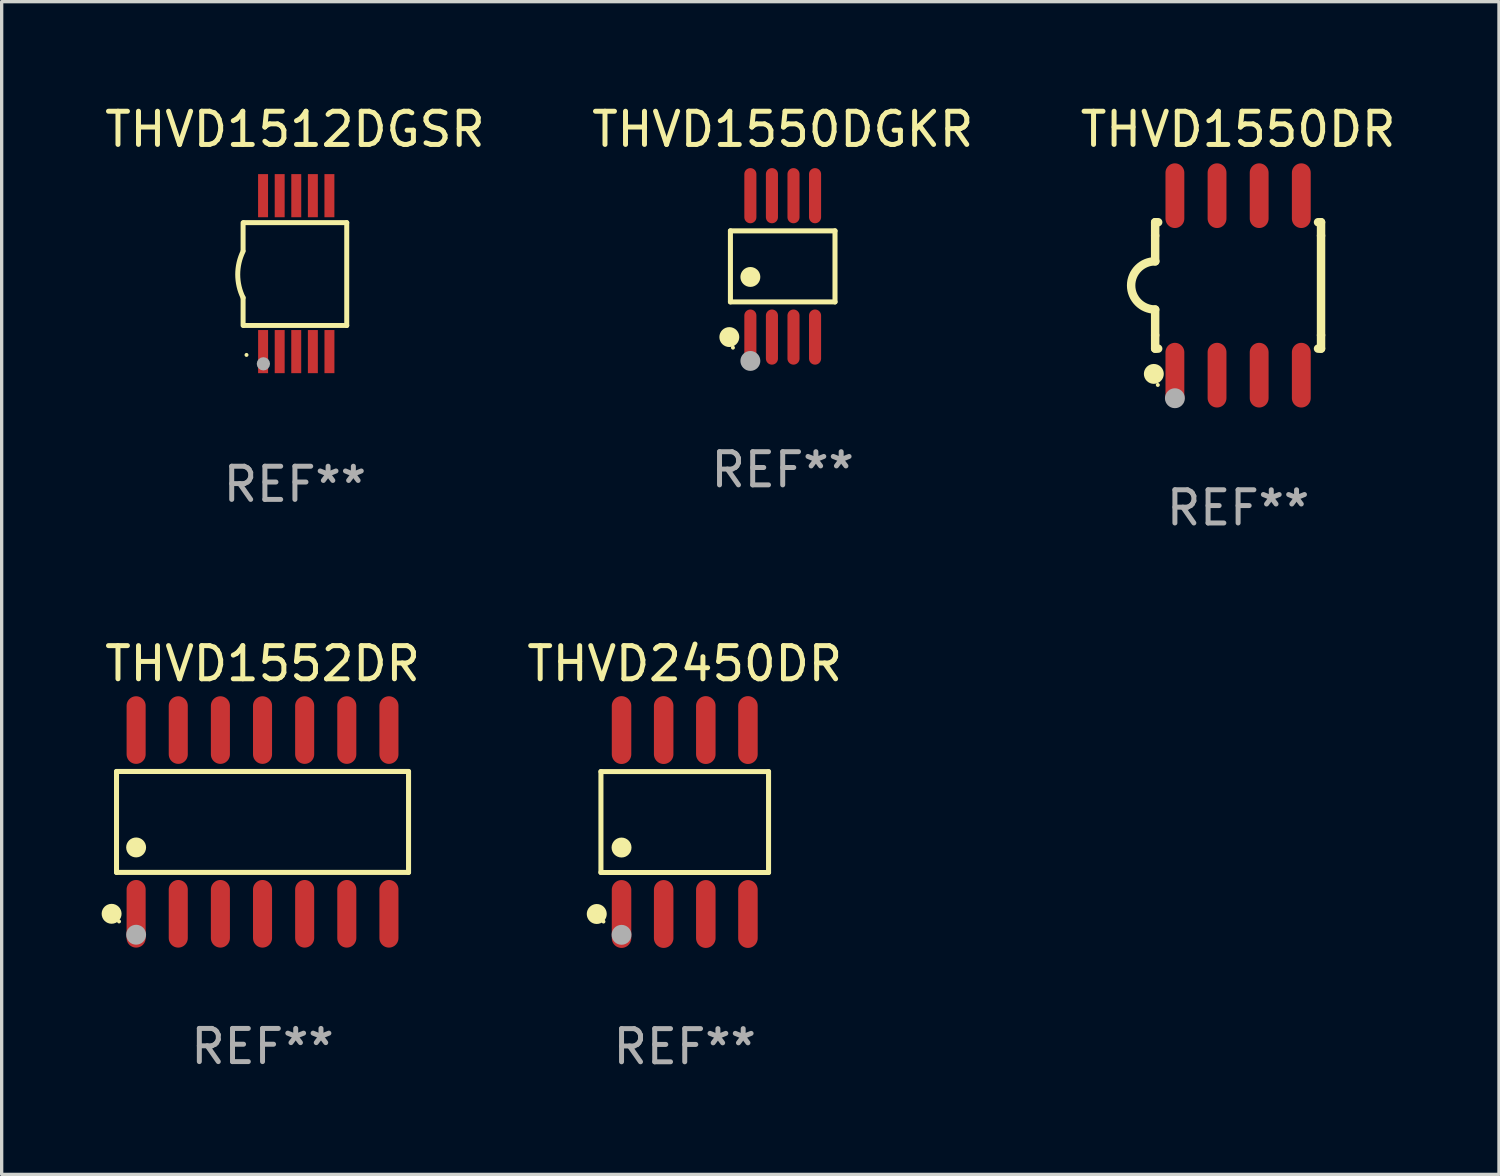
<source format=kicad_pcb>
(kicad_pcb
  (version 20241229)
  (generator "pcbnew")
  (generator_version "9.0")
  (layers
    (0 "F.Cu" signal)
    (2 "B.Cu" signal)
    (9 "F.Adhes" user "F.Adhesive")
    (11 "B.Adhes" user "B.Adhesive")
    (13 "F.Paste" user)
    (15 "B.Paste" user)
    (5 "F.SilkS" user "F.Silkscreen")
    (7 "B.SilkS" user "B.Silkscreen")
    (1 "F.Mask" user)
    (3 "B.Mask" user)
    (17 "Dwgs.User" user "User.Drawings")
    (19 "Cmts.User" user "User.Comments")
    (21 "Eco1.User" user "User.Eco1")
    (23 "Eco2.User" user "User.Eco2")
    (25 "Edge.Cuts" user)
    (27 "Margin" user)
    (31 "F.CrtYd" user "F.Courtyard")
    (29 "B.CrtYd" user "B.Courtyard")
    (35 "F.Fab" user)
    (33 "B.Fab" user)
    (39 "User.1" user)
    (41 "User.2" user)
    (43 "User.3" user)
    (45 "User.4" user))
  (footprint "THVD1512DGSR"
    (layer "F.Cu")
    (at 5.839 5.198)
    (property "Reference" "THVD1512DGSR" (at 0 -4.35 0) (layer "F.SilkS") (effects (font (size 1 1) (thickness 0.15))))
    (attr through_hole)
    (fp_line (start -1.562 -1.537) (end -1.562 -0.698) (stroke (width 0.15) (type solid)) (layer "F.SilkS"))
    (fp_line (start -1.562 0.724) (end -1.562 1.562) (stroke (width 0.15) (type solid)) (layer "F.SilkS"))
    (fp_line (start -1.538 -1.537) (end 1.562 -1.537) (stroke (width 0.15) (type solid)) (layer "F.SilkS"))
    (fp_line (start -1.538 1.562) (end 1.562 1.562) (stroke (width 0.15) (type solid)) (layer "F.SilkS"))
    (fp_line (start 1.562 1.564) (end 1.562 -1.537) (stroke (width 0.15) (type solid)) (layer "F.SilkS"))
    (fp_arc (start -1.562103 0.724079) (mid -1.723579 0.025578) (end -1.562103 -0.672924) (stroke (width 0.150013) (type solid)) (layer "F.SilkS"))
    (fp_circle (center -1.459 2.45) (end -1.429 2.45) (stroke (width 0.06) (type solid)) (fill no) (layer "F.SilkS"))
    (fp_circle (center -0.95 2.718) (end -0.85 2.718) (stroke (width 0.2) (type solid)) (fill no) (layer "F.Fab"))
    (fp_text user "REF**" (at 0 6.35 0) (layer "F.Fab") (effects (font (size 1 1) (thickness 0.15))))
    (pad "1" smd rect (at -0.959 2.35) (size 0.3 1.3) (layers "F.Cu" "F.Mask" "F.Paste"))
    (pad "2" smd rect (at -0.459 2.35) (size 0.3 1.3) (layers "F.Cu" "F.Mask" "F.Paste"))
    (pad "3" smd rect (at 0.04 2.35) (size 0.3 1.3) (layers "F.Cu" "F.Mask" "F.Paste"))
    (pad "4" smd rect (at 0.541 2.35) (size 0.3 1.3) (layers "F.Cu" "F.Mask" "F.Paste"))
    (pad "5" smd rect (at 1.041 2.35) (size 0.3 1.3) (layers "F.Cu" "F.Mask" "F.Paste"))
    (pad "6" smd rect (at 1.04 -2.35) (size 0.3 1.3) (layers "F.Cu" "F.Mask" "F.Paste"))
    (pad "7" smd rect (at 0.541 -2.35) (size 0.3 1.3) (layers "F.Cu" "F.Mask" "F.Paste"))
    (pad "8" smd rect (at 0.041 -2.35) (size 0.3 1.3) (layers "F.Cu" "F.Mask" "F.Paste"))
    (pad "9" smd rect (at -0.459 -2.35) (size 0.3 1.3) (layers "F.Cu" "F.Mask" "F.Paste"))
    (pad "10" smd rect (at -0.96 -2.35) (size 0.3 1.3) (layers "F.Cu" "F.Mask" "F.Paste")))
  (footprint "THVD2450DR"
    (layer "F.Cu")
    (at 17.589 21.727)
    (property "Reference" "THVD2450DR" (at 0 -4.772 0) (layer "F.SilkS") (effects (font (size 1 1) (thickness 0.15))))
    (attr through_hole)
    (fp_line (start -2.526 -1.521) (end 2.526 -1.521) (stroke (width 0.152) (type solid)) (layer "F.SilkS"))
    (fp_line (start -2.526 1.521) (end -2.526 -1.521) (stroke (width 0.152) (type solid)) (layer "F.SilkS"))
    (fp_line (start 2.526 -1.521) (end 2.526 1.521) (stroke (width 0.152) (type solid)) (layer "F.SilkS"))
    (fp_line (start 2.526 1.521) (end -2.526 1.521) (stroke (width 0.152) (type solid)) (layer "F.SilkS"))
    (fp_circle (center -2.652 2.772) (end -2.501 2.772) (stroke (width 0.3) (type solid)) (fill no) (layer "F.SilkS"))
    (fp_circle (center -2.45 3) (end -2.42 3) (stroke (width 0.06) (type solid)) (fill no) (layer "F.SilkS"))
    (fp_circle (center -1.905 0.769) (end -1.755 0.769) (stroke (width 0.3) (type solid)) (fill no) (layer "F.SilkS"))
    (fp_circle (center -1.905 3.4) (end -1.755 3.4) (stroke (width 0.3) (type solid)) (fill no) (layer "F.Fab"))
    (fp_text user "REF**" (at 0 6.772 0) (layer "F.Fab") (effects (font (size 1 1) (thickness 0.15))))
    (pad "1" smd oval (at -1.905 2.772) (size 0.588 2.045) (layers "F.Cu" "F.Mask" "F.Paste"))
    (pad "2" smd oval (at -0.635 2.772) (size 0.588 2.045) (layers "F.Cu" "F.Mask" "F.Paste"))
    (pad "3" smd oval (at 0.635 2.772) (size 0.588 2.045) (layers "F.Cu" "F.Mask" "F.Paste"))
    (pad "4" smd oval (at 1.905 2.772) (size 0.588 2.045) (layers "F.Cu" "F.Mask" "F.Paste"))
    (pad "5" smd oval (at 1.905 -2.772) (size 0.588 2.045) (layers "F.Cu" "F.Mask" "F.Paste"))
    (pad "6" smd oval (at 0.635 -2.772) (size 0.588 2.045) (layers "F.Cu" "F.Mask" "F.Paste"))
    (pad "7" smd oval (at -0.635 -2.772) (size 0.588 2.045) (layers "F.Cu" "F.Mask" "F.Paste"))
    (pad "8" smd oval (at -1.905 -2.772) (size 0.588 2.045) (layers "F.Cu" "F.Mask" "F.Paste")))
  (footprint "THVD1550DGKR"
    (layer "F.Cu")
    (at 20.542 4.979)
    (property "Reference" "THVD1550DGKR" (at 0 -4.131 0) (layer "F.SilkS") (effects (font (size 1 1) (thickness 0.15))))
    (attr through_hole)
    (fp_line (start -1.576 -1.071) (end 1.576 -1.071) (stroke (width 0.152) (type solid)) (layer "F.SilkS"))
    (fp_line (start -1.576 1.071) (end -1.576 -1.071) (stroke (width 0.152) (type solid)) (layer "F.SilkS"))
    (fp_line (start 1.576 -1.071) (end 1.576 1.071) (stroke (width 0.152) (type solid)) (layer "F.SilkS"))
    (fp_line (start 1.576 1.071) (end -1.576 1.071) (stroke (width 0.152) (type solid)) (layer "F.SilkS"))
    (fp_circle (center -1.609 2.131) (end -1.459 2.131) (stroke (width 0.3) (type solid)) (fill no) (layer "F.SilkS"))
    (fp_circle (center -1.5 2.45) (end -1.47 2.45) (stroke (width 0.06) (type solid)) (fill no) (layer "F.SilkS"))
    (fp_circle (center -0.975 0.319) (end -0.825 0.319) (stroke (width 0.3) (type solid)) (fill no) (layer "F.SilkS"))
    (fp_circle (center -0.975 2.85) (end -0.825 2.85) (stroke (width 0.3) (type solid)) (fill no) (layer "F.Fab"))
    (fp_text user "REF**" (at 0 6.131 0) (layer "F.Fab") (effects (font (size 1 1) (thickness 0.15))))
    (pad "1" smd oval (at -0.975 2.131) (size 0.364 1.662) (layers "F.Cu" "F.Mask" "F.Paste"))
    (pad "2" smd oval (at -0.325 2.131) (size 0.364 1.662) (layers "F.Cu" "F.Mask" "F.Paste"))
    (pad "3" smd oval (at 0.325 2.131) (size 0.364 1.662) (layers "F.Cu" "F.Mask" "F.Paste"))
    (pad "4" smd oval (at 0.975 2.131) (size 0.364 1.662) (layers "F.Cu" "F.Mask" "F.Paste"))
    (pad "5" smd oval (at 0.975 -2.131) (size 0.364 1.662) (layers "F.Cu" "F.Mask" "F.Paste"))
    (pad "6" smd oval (at 0.325 -2.131) (size 0.364 1.662) (layers "F.Cu" "F.Mask" "F.Paste"))
    (pad "7" smd oval (at -0.325 -2.131) (size 0.364 1.662) (layers "F.Cu" "F.Mask" "F.Paste"))
    (pad "8" smd oval (at -0.975 -2.131) (size 0.364 1.662) (layers "F.Cu" "F.Mask" "F.Paste")))
  (footprint "THVD1552DR"
    (layer "F.Cu")
    (at 4.863 21.724)
    (property "Reference" "THVD1552DR" (at 0 -4.769 0) (layer "F.SilkS") (effects (font (size 1 1) (thickness 0.15))))
    (attr through_hole)
    (fp_line (start -4.401 -1.521) (end 4.401 -1.521) (stroke (width 0.152) (type solid)) (layer "F.SilkS"))
    (fp_line (start -4.401 1.521) (end -4.401 -1.521) (stroke (width 0.152) (type solid)) (layer "F.SilkS"))
    (fp_line (start 4.401 -1.521) (end 4.401 1.521) (stroke (width 0.152) (type solid)) (layer "F.SilkS"))
    (fp_line (start 4.401 1.521) (end -4.401 1.521) (stroke (width 0.152) (type solid)) (layer "F.SilkS"))
    (fp_circle (center -4.549 2.769) (end -4.399 2.769) (stroke (width 0.3) (type solid)) (fill no) (layer "F.SilkS"))
    (fp_circle (center -4.325 3) (end -4.295 3) (stroke (width 0.06) (type solid)) (fill no) (layer "F.SilkS"))
    (fp_circle (center -3.81 0.769) (end -3.66 0.769) (stroke (width 0.3) (type solid)) (fill no) (layer "F.SilkS"))
    (fp_circle (center -3.81 3.4) (end -3.66 3.4) (stroke (width 0.3) (type solid)) (fill no) (layer "F.Fab"))
    (fp_text user "REF**" (at 0 6.769 0) (layer "F.Fab") (effects (font (size 1 1) (thickness 0.15))))
    (pad "1" smd oval (at -3.81 2.769) (size 0.574 2.038) (layers "F.Cu" "F.Mask" "F.Paste"))
    (pad "2" smd oval (at -2.54 2.769) (size 0.574 2.038) (layers "F.Cu" "F.Mask" "F.Paste"))
    (pad "3" smd oval (at -1.27 2.769) (size 0.574 2.038) (layers "F.Cu" "F.Mask" "F.Paste"))
    (pad "4" smd oval (at 0 2.769) (size 0.574 2.038) (layers "F.Cu" "F.Mask" "F.Paste"))
    (pad "5" smd oval (at 1.27 2.769) (size 0.574 2.038) (layers "F.Cu" "F.Mask" "F.Paste"))
    (pad "6" smd oval (at 2.54 2.769) (size 0.574 2.038) (layers "F.Cu" "F.Mask" "F.Paste"))
    (pad "7" smd oval (at 3.81 2.769) (size 0.574 2.038) (layers "F.Cu" "F.Mask" "F.Paste"))
    (pad "8" smd oval (at 3.81 -2.769) (size 0.574 2.038) (layers "F.Cu" "F.Mask" "F.Paste"))
    (pad "9" smd oval (at 2.54 -2.769) (size 0.574 2.038) (layers "F.Cu" "F.Mask" "F.Paste"))
    (pad "10" smd oval (at 1.27 -2.769) (size 0.574 2.038) (layers "F.Cu" "F.Mask" "F.Paste"))
    (pad "11" smd oval (at 0 -2.769) (size 0.574 2.038) (layers "F.Cu" "F.Mask" "F.Paste"))
    (pad "12" smd oval (at -1.27 -2.769) (size 0.574 2.038) (layers "F.Cu" "F.Mask" "F.Paste"))
    (pad "13" smd oval (at -2.54 -2.769) (size 0.574 2.038) (layers "F.Cu" "F.Mask" "F.Paste"))
    (pad "14" smd oval (at -3.81 -2.769) (size 0.574 2.038) (layers "F.Cu" "F.Mask" "F.Paste")))
  (footprint "THVD1550DR"
    (layer "F.Cu")
    (at 34.268 5.553)
    (property "Reference" "THVD1550DR" (at 0 -4.705 0) (layer "F.SilkS") (effects (font (size 1 1) (thickness 0.15))))
    (attr through_hole)
    (fp_line (start -2.5 -1.905) (end -2.409 -1.905) (stroke (width 0.254) (type solid)) (layer "F.SilkS"))
    (fp_line (start -2.5 -1.5) (end -2.5 -1.905) (stroke (width 0.254) (type solid)) (layer "F.SilkS"))
    (fp_line (start -2.5 -1.5) (end -2.5 -0.726) (stroke (width 0.254) (type solid)) (layer "F.SilkS"))
    (fp_line (start -2.5 1.5) (end -2.5 0.727) (stroke (width 0.254) (type solid)) (layer "F.SilkS"))
    (fp_line (start -2.5 1.5) (end -2.5 1.905) (stroke (width 0.254) (type solid)) (layer "F.SilkS"))
    (fp_line (start -2.5 1.905) (end -2.409 1.905) (stroke (width 0.254) (type solid)) (layer "F.SilkS"))
    (fp_line (start 2.5 -1.905) (end 2.409 -1.905) (stroke (width 0.254) (type solid)) (layer "F.SilkS"))
    (fp_line (start 2.5 -1.5) (end 2.5 -1.905) (stroke (width 0.254) (type solid)) (layer "F.SilkS"))
    (fp_line (start 2.5 -1.5) (end 2.5 1.5) (stroke (width 0.254) (type solid)) (layer "F.SilkS"))
    (fp_line (start 2.5 1.5) (end 2.5 1.905) (stroke (width 0.254) (type solid)) (layer "F.SilkS"))
    (fp_line (start 2.5 1.905) (end 2.409 1.905) (stroke (width 0.254) (type solid)) (layer "F.SilkS"))
    (fp_arc (start -2.5 0.726568) (mid -3.220316 -0.0023) (end -2.495097 -0.726289) (stroke (width 0.254001) (type solid)) (layer "F.SilkS"))
    (fp_circle (center -2.54 2.667) (end -2.39 2.667) (stroke (width 0.3) (type solid)) (fill no) (layer "F.SilkS"))
    (fp_circle (center -2.42 3) (end -2.39 3) (stroke (width 0.06) (type solid)) (fill no) (layer "F.SilkS"))
    (fp_circle (center -1.905 3.4) (end -1.755 3.4) (stroke (width 0.3) (type solid)) (fill no) (layer "F.Fab"))
    (fp_text user "REF**" (at 0 6.705 0) (layer "F.Fab") (effects (font (size 1 1) (thickness 0.15))))
    (pad "1" smd oval (at -1.905 2.705) (size 0.568 1.95) (layers "F.Cu" "F.Mask" "F.Paste"))
    (pad "2" smd oval (at -0.635 2.705) (size 0.568 1.95) (layers "F.Cu" "F.Mask" "F.Paste"))
    (pad "3" smd oval (at 0.635 2.705) (size 0.568 1.95) (layers "F.Cu" "F.Mask" "F.Paste"))
    (pad "4" smd oval (at 1.905 2.705) (size 0.568 1.95) (layers "F.Cu" "F.Mask" "F.Paste"))
    (pad "5" smd oval (at 1.905 -2.705) (size 0.568 1.95) (layers "F.Cu" "F.Mask" "F.Paste"))
    (pad "6" smd oval (at 0.635 -2.705) (size 0.568 1.95) (layers "F.Cu" "F.Mask" "F.Paste"))
    (pad "7" smd oval (at -0.635 -2.705) (size 0.568 1.95) (layers "F.Cu" "F.Mask" "F.Paste"))
    (pad "8" smd oval (at -1.905 -2.705) (size 0.568 1.95) (layers "F.Cu" "F.Mask" "F.Paste")))
  (gr_rect
    (start -3 -3)
    (end 42.131 32.348)
    (stroke (width 0.1) (type default))
    (fill no)
    (layer "Edge.Cuts")))
</source>
